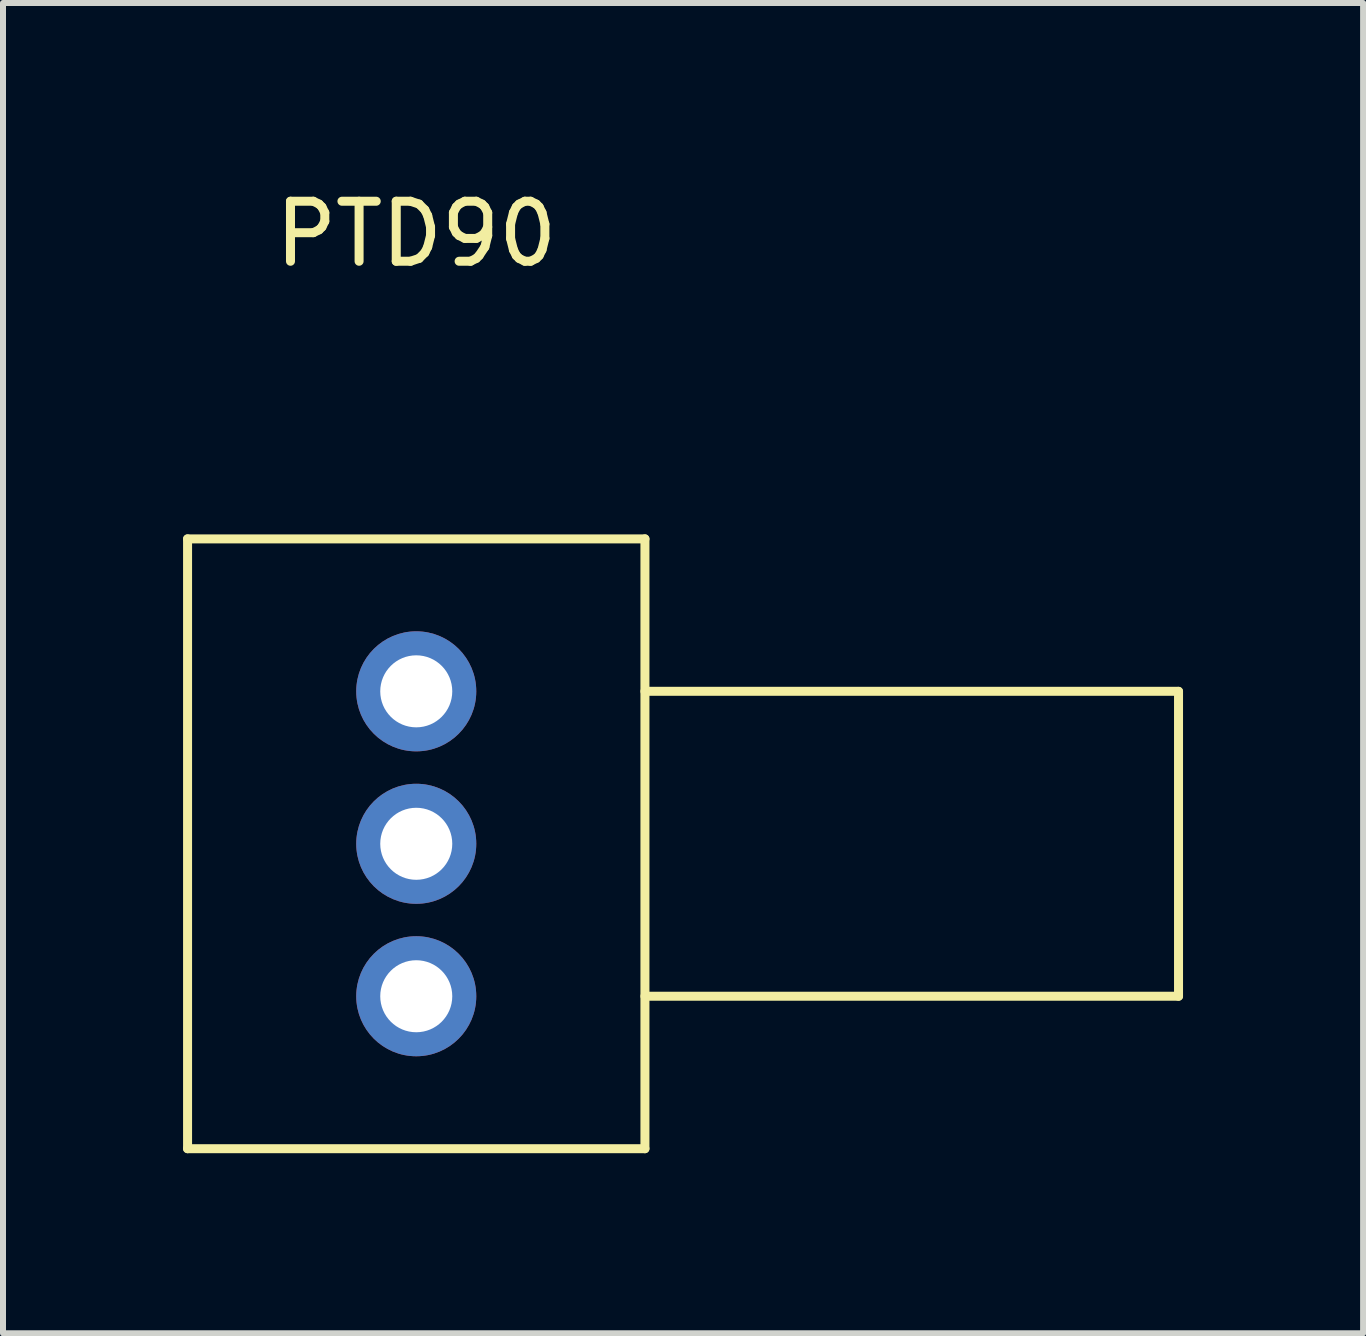
<source format=kicad_pcb>
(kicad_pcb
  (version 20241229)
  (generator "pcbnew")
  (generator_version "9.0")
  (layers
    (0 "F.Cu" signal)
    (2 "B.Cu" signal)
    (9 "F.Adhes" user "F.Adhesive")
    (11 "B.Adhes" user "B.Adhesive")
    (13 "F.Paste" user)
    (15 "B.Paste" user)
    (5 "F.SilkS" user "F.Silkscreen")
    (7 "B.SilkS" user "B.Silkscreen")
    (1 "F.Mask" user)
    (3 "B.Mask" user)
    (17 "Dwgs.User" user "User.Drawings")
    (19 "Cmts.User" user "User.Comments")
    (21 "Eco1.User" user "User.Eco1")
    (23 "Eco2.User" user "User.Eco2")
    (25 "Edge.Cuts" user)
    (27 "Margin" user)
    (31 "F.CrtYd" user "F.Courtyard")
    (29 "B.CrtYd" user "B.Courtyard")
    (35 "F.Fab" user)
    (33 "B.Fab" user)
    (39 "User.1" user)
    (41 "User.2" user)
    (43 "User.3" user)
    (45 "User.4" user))
  (footprint "PTD90"
    (layer "F.Cu")
    (at 3.885 11.008)
    (property "Reference" "PTD90" (at 0 -10.16 0) (layer "F.SilkS") (effects (font (size 1 1) (thickness 0.15))))
    (attr through_hole)
    (fp_line (start -3.81 -5.08) (end -3.81 5.08) (stroke (width 0.15) (type solid)) (layer "F.SilkS"))
    (fp_line (start -3.81 5.08) (end 3.81 5.08) (stroke (width 0.15) (type solid)) (layer "F.SilkS"))
    (fp_line (start 3.81 -5.08) (end -3.81 -5.08) (stroke (width 0.15) (type solid)) (layer "F.SilkS"))
    (fp_line (start 3.81 -2.54) (end 12.7 -2.54) (stroke (width 0.15) (type solid)) (layer "F.SilkS"))
    (fp_line (start 3.81 5.08) (end 3.81 -5.08) (stroke (width 0.15) (type solid)) (layer "F.SilkS"))
    (fp_line (start 12.7 -2.54) (end 12.7 2.54) (stroke (width 0.15) (type solid)) (layer "F.SilkS"))
    (fp_line (start 12.7 2.54) (end 3.81 2.54) (stroke (width 0.15) (type solid)) (layer "F.SilkS"))
    (pad "1" thru_hole circle (at 0 0) (size 2 2) (drill 1.2) (layers "*.Cu" "*.Mask"))
    (pad "2" thru_hole circle (at 0 2.54) (size 2 2) (drill 1.2) (layers "*.Cu" "*.Mask"))
    (pad "3" thru_hole circle (at 0 -2.54) (size 2 2) (drill 1.2) (layers "*.Cu" "*.Mask")))
  (gr_rect
    (start -3 -3)
    (end 19.66 19.163)
    (stroke (width 0.1) (type default))
    (fill no)
    (layer "Edge.Cuts")))
</source>
